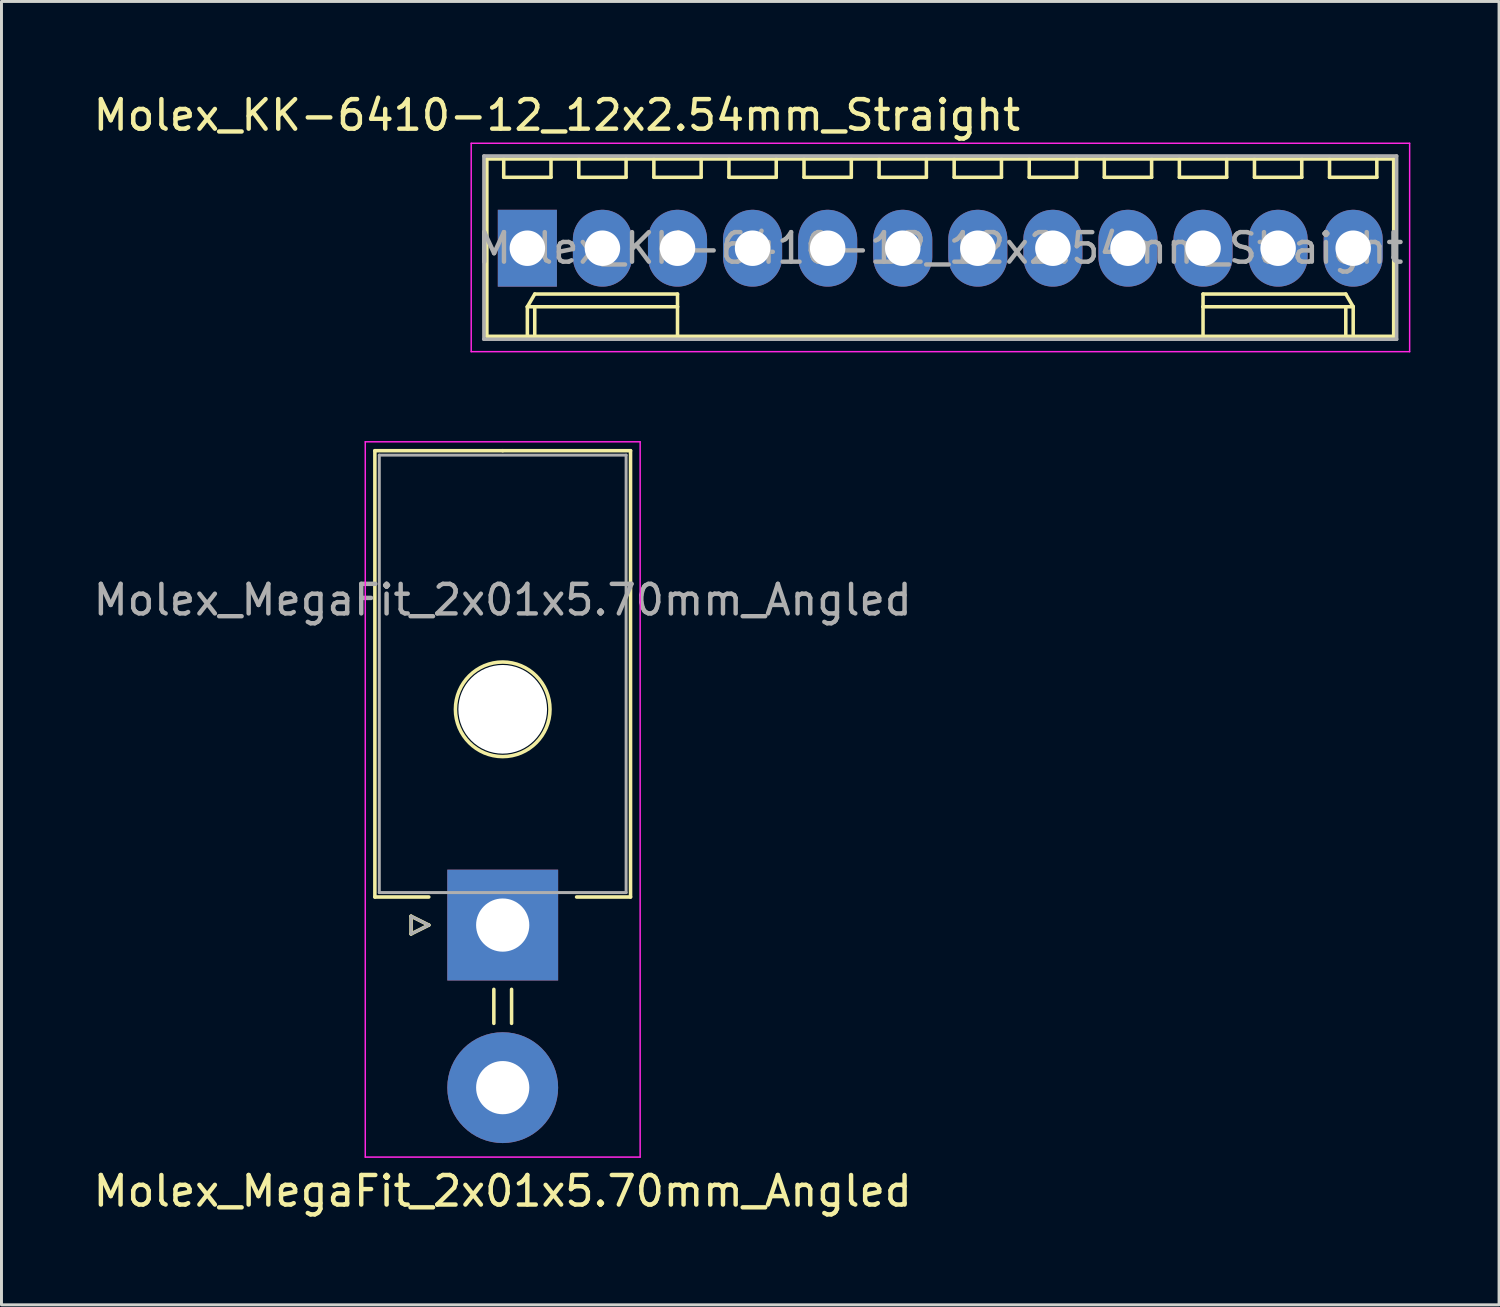
<source format=kicad_pcb>
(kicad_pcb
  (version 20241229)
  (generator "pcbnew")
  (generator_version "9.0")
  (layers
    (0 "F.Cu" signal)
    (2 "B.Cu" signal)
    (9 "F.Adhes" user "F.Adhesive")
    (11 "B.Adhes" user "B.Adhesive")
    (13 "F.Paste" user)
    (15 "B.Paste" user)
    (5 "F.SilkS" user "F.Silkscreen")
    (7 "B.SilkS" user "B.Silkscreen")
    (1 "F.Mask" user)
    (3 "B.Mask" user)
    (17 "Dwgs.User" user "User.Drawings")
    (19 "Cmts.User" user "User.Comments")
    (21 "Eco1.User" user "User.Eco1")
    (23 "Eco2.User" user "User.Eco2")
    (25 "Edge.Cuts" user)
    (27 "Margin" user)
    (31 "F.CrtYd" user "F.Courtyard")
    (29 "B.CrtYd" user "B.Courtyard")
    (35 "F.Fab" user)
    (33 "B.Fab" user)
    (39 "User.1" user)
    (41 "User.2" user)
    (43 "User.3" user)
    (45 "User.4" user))
  (footprint "Molex_MegaFit_2x01x5.70mm_Angled"
    (layer "F.Cu")
    (at 13.958 28.248)
    (property "Reference" "Molex_MegaFit_2x01x5.70mm_Angled" (at 0 9 0) (layer "F.SilkS") (effects (font (size 1 1) (thickness 0.15))))
    (attr through_hole)
    (fp_line (start -4.325 -16.05) (end -4.325 -0.95) (stroke (width 0.12) (type solid)) (layer "F.SilkS"))
    (fp_line (start -4.325 -0.95) (end -2.5 -0.95) (stroke (width 0.12) (type solid)) (layer "F.SilkS"))
    (fp_line (start -3.1 -0.3) (end -2.5 0) (stroke (width 0.12) (type solid)) (layer "F.SilkS"))
    (fp_line (start -3.1 0.3) (end -3.1 -0.3) (stroke (width 0.12) (type solid)) (layer "F.SilkS"))
    (fp_line (start -2.5 0) (end -3.1 0.3) (stroke (width 0.12) (type solid)) (layer "F.SilkS"))
    (fp_line (start -0.3 2.175) (end -0.3 3.325) (stroke (width 0.12) (type solid)) (layer "F.SilkS"))
    (fp_line (start 0 -16.05) (end -4.325 -16.05) (stroke (width 0.12) (type solid)) (layer "F.SilkS"))
    (fp_line (start 0 -16.05) (end 4.325 -16.05) (stroke (width 0.12) (type solid)) (layer "F.SilkS"))
    (fp_line (start 0.3 2.175) (end 0.3 3.325) (stroke (width 0.12) (type solid)) (layer "F.SilkS"))
    (fp_line (start 4.325 -16.05) (end 4.325 -0.95) (stroke (width 0.12) (type solid)) (layer "F.SilkS"))
    (fp_line (start 4.325 -0.95) (end 2.5 -0.95) (stroke (width 0.12) (type solid)) (layer "F.SilkS"))
    (fp_circle (center 0 -7.3) (end 1.6 -7.3) (stroke (width 0.12) (type solid)) (fill no) (layer "F.SilkS"))
    (fp_line (start -4.65 -16.35) (end -4.65 7.85) (stroke (width 0.05) (type solid)) (layer "F.CrtYd"))
    (fp_line (start -4.65 7.85) (end 4.65 7.85) (stroke (width 0.05) (type solid)) (layer "F.CrtYd"))
    (fp_line (start 4.65 -16.35) (end -4.65 -16.35) (stroke (width 0.05) (type solid)) (layer "F.CrtYd"))
    (fp_line (start 4.65 7.85) (end 4.65 -16.35) (stroke (width 0.05) (type solid)) (layer "F.CrtYd"))
    (fp_line (start -4.175 -15.9) (end -4.175 -1.1) (stroke (width 0.1) (type solid)) (layer "F.Fab"))
    (fp_line (start -4.175 -1.1) (end 4.175 -1.1) (stroke (width 0.1) (type solid)) (layer "F.Fab"))
    (fp_line (start -3.1 -0.3) (end -2.5 0) (stroke (width 0.1) (type solid)) (layer "F.Fab"))
    (fp_line (start -3.1 0.3) (end -3.1 -0.3) (stroke (width 0.1) (type solid)) (layer "F.Fab"))
    (fp_line (start -2.5 0) (end -3.1 0.3) (stroke (width 0.1) (type solid)) (layer "F.Fab"))
    (fp_line (start 4.175 -15.9) (end -4.175 -15.9) (stroke (width 0.1) (type solid)) (layer "F.Fab"))
    (fp_line (start 4.175 -1.1) (end 4.175 -15.9) (stroke (width 0.1) (type solid)) (layer "F.Fab"))
    (fp_text user "${REFERENCE}" (at 0 -11 0) (layer "F.Fab") (effects (font (size 1 1) (thickness 0.15))))
    (pad "" np_thru_hole circle (at 0 -7.3) (size 3 3) (drill 3) (layers "*.Cu" "*.Mask"))
    (pad "1" thru_hole rect (at 0 0) (size 3.75 3.75) (drill 1.8) (layers "*.Cu" "*.Mask"))
    (pad "2" thru_hole circle (at 0 5.5) (size 3.75 3.75) (drill 1.8) (layers "*.Cu" "*.Mask")))
  (footprint "Molex_KK-6410-12_12x2.54mm_Straight"
    (layer "F.Cu")
    (at 14.792 5.348)
    (property "Reference" "Molex_KK-6410-12_12x2.54mm_Straight" (at 1 -4.5 0) (layer "F.SilkS") (effects (font (size 1 1) (thickness 0.15))))
    (attr through_hole)
    (fp_line (start -1.37 -3.02) (end -1.37 2.98) (stroke (width 0.12) (type solid)) (layer "F.SilkS"))
    (fp_line (start -1.37 2.98) (end 29.31 2.98) (stroke (width 0.12) (type solid)) (layer "F.SilkS"))
    (fp_line (start -0.8 -3.02) (end -0.8 -2.4) (stroke (width 0.12) (type solid)) (layer "F.SilkS"))
    (fp_line (start -0.8 -2.4) (end 0.8 -2.4) (stroke (width 0.12) (type solid)) (layer "F.SilkS"))
    (fp_line (start 0 1.98) (end 0.25 1.55) (stroke (width 0.12) (type solid)) (layer "F.SilkS"))
    (fp_line (start 0 1.98) (end 5.08 1.98) (stroke (width 0.12) (type solid)) (layer "F.SilkS"))
    (fp_line (start 0 2.98) (end 0 1.98) (stroke (width 0.12) (type solid)) (layer "F.SilkS"))
    (fp_line (start 0.25 1.55) (end 5.08 1.55) (stroke (width 0.12) (type solid)) (layer "F.SilkS"))
    (fp_line (start 0.25 2.98) (end 0.25 1.98) (stroke (width 0.12) (type solid)) (layer "F.SilkS"))
    (fp_line (start 0.8 -2.4) (end 0.8 -3.02) (stroke (width 0.12) (type solid)) (layer "F.SilkS"))
    (fp_line (start 1.74 -3.02) (end 1.74 -2.4) (stroke (width 0.12) (type solid)) (layer "F.SilkS"))
    (fp_line (start 1.74 -2.4) (end 3.34 -2.4) (stroke (width 0.12) (type solid)) (layer "F.SilkS"))
    (fp_line (start 3.34 -2.4) (end 3.34 -3.02) (stroke (width 0.12) (type solid)) (layer "F.SilkS"))
    (fp_line (start 4.28 -3.02) (end 4.28 -2.4) (stroke (width 0.12) (type solid)) (layer "F.SilkS"))
    (fp_line (start 4.28 -2.4) (end 5.88 -2.4) (stroke (width 0.12) (type solid)) (layer "F.SilkS"))
    (fp_line (start 5.08 1.55) (end 5.08 1.98) (stroke (width 0.12) (type solid)) (layer "F.SilkS"))
    (fp_line (start 5.08 1.98) (end 5.08 2.98) (stroke (width 0.12) (type solid)) (layer "F.SilkS"))
    (fp_line (start 5.88 -2.4) (end 5.88 -3.02) (stroke (width 0.12) (type solid)) (layer "F.SilkS"))
    (fp_line (start 6.82 -3.02) (end 6.82 -2.4) (stroke (width 0.12) (type solid)) (layer "F.SilkS"))
    (fp_line (start 6.82 -2.4) (end 8.42 -2.4) (stroke (width 0.12) (type solid)) (layer "F.SilkS"))
    (fp_line (start 8.42 -2.4) (end 8.42 -3.02) (stroke (width 0.12) (type solid)) (layer "F.SilkS"))
    (fp_line (start 9.36 -3.02) (end 9.36 -2.4) (stroke (width 0.12) (type solid)) (layer "F.SilkS"))
    (fp_line (start 9.36 -2.4) (end 10.96 -2.4) (stroke (width 0.12) (type solid)) (layer "F.SilkS"))
    (fp_line (start 10.96 -2.4) (end 10.96 -3.02) (stroke (width 0.12) (type solid)) (layer "F.SilkS"))
    (fp_line (start 11.9 -3.02) (end 11.9 -2.4) (stroke (width 0.12) (type solid)) (layer "F.SilkS"))
    (fp_line (start 11.9 -2.4) (end 13.5 -2.4) (stroke (width 0.12) (type solid)) (layer "F.SilkS"))
    (fp_line (start 13.5 -2.4) (end 13.5 -3.02) (stroke (width 0.12) (type solid)) (layer "F.SilkS"))
    (fp_line (start 14.44 -3.02) (end 14.44 -2.4) (stroke (width 0.12) (type solid)) (layer "F.SilkS"))
    (fp_line (start 14.44 -2.4) (end 16.04 -2.4) (stroke (width 0.12) (type solid)) (layer "F.SilkS"))
    (fp_line (start 16.04 -2.4) (end 16.04 -3.02) (stroke (width 0.12) (type solid)) (layer "F.SilkS"))
    (fp_line (start 16.98 -3.02) (end 16.98 -2.4) (stroke (width 0.12) (type solid)) (layer "F.SilkS"))
    (fp_line (start 16.98 -2.4) (end 18.58 -2.4) (stroke (width 0.12) (type solid)) (layer "F.SilkS"))
    (fp_line (start 18.58 -2.4) (end 18.58 -3.02) (stroke (width 0.12) (type solid)) (layer "F.SilkS"))
    (fp_line (start 19.52 -3.02) (end 19.52 -2.4) (stroke (width 0.12) (type solid)) (layer "F.SilkS"))
    (fp_line (start 19.52 -2.4) (end 21.12 -2.4) (stroke (width 0.12) (type solid)) (layer "F.SilkS"))
    (fp_line (start 21.12 -2.4) (end 21.12 -3.02) (stroke (width 0.12) (type solid)) (layer "F.SilkS"))
    (fp_line (start 22.06 -3.02) (end 22.06 -2.4) (stroke (width 0.12) (type solid)) (layer "F.SilkS"))
    (fp_line (start 22.06 -2.4) (end 23.66 -2.4) (stroke (width 0.12) (type solid)) (layer "F.SilkS"))
    (fp_line (start 22.86 1.55) (end 22.86 1.98) (stroke (width 0.12) (type solid)) (layer "F.SilkS"))
    (fp_line (start 22.86 1.98) (end 22.86 2.98) (stroke (width 0.12) (type solid)) (layer "F.SilkS"))
    (fp_line (start 23.66 -2.4) (end 23.66 -3.02) (stroke (width 0.12) (type solid)) (layer "F.SilkS"))
    (fp_line (start 24.6 -3.02) (end 24.6 -2.4) (stroke (width 0.12) (type solid)) (layer "F.SilkS"))
    (fp_line (start 24.6 -2.4) (end 26.2 -2.4) (stroke (width 0.12) (type solid)) (layer "F.SilkS"))
    (fp_line (start 26.2 -2.4) (end 26.2 -3.02) (stroke (width 0.12) (type solid)) (layer "F.SilkS"))
    (fp_line (start 27.14 -3.02) (end 27.14 -2.4) (stroke (width 0.12) (type solid)) (layer "F.SilkS"))
    (fp_line (start 27.14 -2.4) (end 28.74 -2.4) (stroke (width 0.12) (type solid)) (layer "F.SilkS"))
    (fp_line (start 27.69 1.55) (end 22.86 1.55) (stroke (width 0.12) (type solid)) (layer "F.SilkS"))
    (fp_line (start 27.69 2.98) (end 27.69 1.98) (stroke (width 0.12) (type solid)) (layer "F.SilkS"))
    (fp_line (start 27.94 1.98) (end 22.86 1.98) (stroke (width 0.12) (type solid)) (layer "F.SilkS"))
    (fp_line (start 27.94 1.98) (end 27.69 1.55) (stroke (width 0.12) (type solid)) (layer "F.SilkS"))
    (fp_line (start 27.94 2.98) (end 27.94 1.98) (stroke (width 0.12) (type solid)) (layer "F.SilkS"))
    (fp_line (start 28.74 -2.4) (end 28.74 -3.02) (stroke (width 0.12) (type solid)) (layer "F.SilkS"))
    (fp_line (start 29.31 -3.02) (end -1.37 -3.02) (stroke (width 0.12) (type solid)) (layer "F.SilkS"))
    (fp_line (start 29.31 2.98) (end 29.31 -3.02) (stroke (width 0.12) (type solid)) (layer "F.SilkS"))
    (fp_line (start -1.9 -3.55) (end 29.85 -3.55) (stroke (width 0.05) (type solid)) (layer "F.CrtYd"))
    (fp_line (start -1.9 3.5) (end -1.9 -3.55) (stroke (width 0.05) (type solid)) (layer "F.CrtYd"))
    (fp_line (start 29.85 -3.55) (end 29.85 3.5) (stroke (width 0.05) (type solid)) (layer "F.CrtYd"))
    (fp_line (start 29.85 3.5) (end -1.9 3.5) (stroke (width 0.05) (type solid)) (layer "F.CrtYd"))
    (fp_line (start -1.47 -3.12) (end -1.47 3.08) (stroke (width 0.12) (type solid)) (layer "F.Fab"))
    (fp_line (start -1.47 3.08) (end 29.41 3.08) (stroke (width 0.12) (type solid)) (layer "F.Fab"))
    (fp_line (start 29.41 -3.12) (end -1.47 -3.12) (stroke (width 0.12) (type solid)) (layer "F.Fab"))
    (fp_line (start 29.41 3.08) (end 29.41 -3.12) (stroke (width 0.12) (type solid)) (layer "F.Fab"))
    (fp_text user "${REFERENCE}" (at 13.97 0 0) (layer "F.Fab") (effects (font (size 1 1) (thickness 0.15))))
    (pad "1" thru_hole rect (at 0 0) (size 2 2.6) (drill 1.2) (layers "*.Cu" "*.Mask"))
    (pad "2" thru_hole oval (at 2.54 0) (size 2 2.6) (drill 1.2) (layers "*.Cu" "*.Mask"))
    (pad "3" thru_hole oval (at 5.08 0) (size 2 2.6) (drill 1.2) (layers "*.Cu" "*.Mask"))
    (pad "4" thru_hole oval (at 7.62 0) (size 2 2.6) (drill 1.2) (layers "*.Cu" "*.Mask"))
    (pad "5" thru_hole oval (at 10.16 0) (size 2 2.6) (drill 1.2) (layers "*.Cu" "*.Mask"))
    (pad "6" thru_hole oval (at 12.7 0) (size 2 2.6) (drill 1.2) (layers "*.Cu" "*.Mask"))
    (pad "7" thru_hole oval (at 15.24 0) (size 2 2.6) (drill 1.2) (layers "*.Cu" "*.Mask"))
    (pad "8" thru_hole oval (at 17.78 0) (size 2 2.6) (drill 1.2) (layers "*.Cu" "*.Mask"))
    (pad "9" thru_hole oval (at 20.32 0) (size 2 2.6) (drill 1.2) (layers "*.Cu" "*.Mask"))
    (pad "10" thru_hole oval (at 22.86 0) (size 2 2.6) (drill 1.2) (layers "*.Cu" "*.Mask"))
    (pad "11" thru_hole oval (at 25.4 0) (size 2 2.6) (drill 1.2) (layers "*.Cu" "*.Mask"))
    (pad "12" thru_hole oval (at 27.94 0) (size 2 2.6) (drill 1.2) (layers "*.Cu" "*.Mask")))
  (gr_rect
    (start -3 -3)
    (end 47.667 41.096)
    (stroke (width 0.1) (type default))
    (fill no)
    (layer "Edge.Cuts")))
</source>
